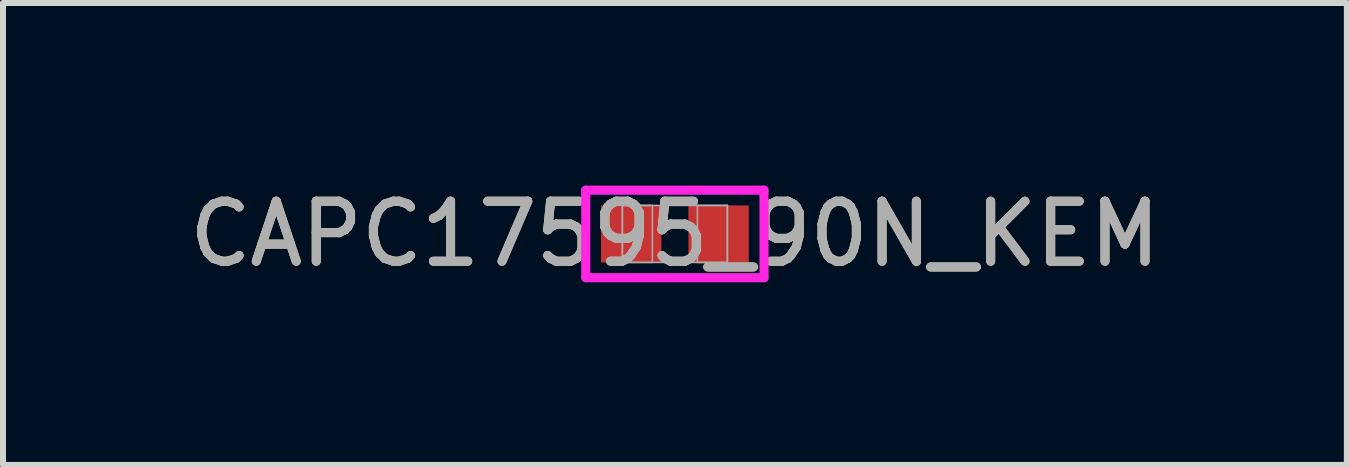
<source format=kicad_pcb>
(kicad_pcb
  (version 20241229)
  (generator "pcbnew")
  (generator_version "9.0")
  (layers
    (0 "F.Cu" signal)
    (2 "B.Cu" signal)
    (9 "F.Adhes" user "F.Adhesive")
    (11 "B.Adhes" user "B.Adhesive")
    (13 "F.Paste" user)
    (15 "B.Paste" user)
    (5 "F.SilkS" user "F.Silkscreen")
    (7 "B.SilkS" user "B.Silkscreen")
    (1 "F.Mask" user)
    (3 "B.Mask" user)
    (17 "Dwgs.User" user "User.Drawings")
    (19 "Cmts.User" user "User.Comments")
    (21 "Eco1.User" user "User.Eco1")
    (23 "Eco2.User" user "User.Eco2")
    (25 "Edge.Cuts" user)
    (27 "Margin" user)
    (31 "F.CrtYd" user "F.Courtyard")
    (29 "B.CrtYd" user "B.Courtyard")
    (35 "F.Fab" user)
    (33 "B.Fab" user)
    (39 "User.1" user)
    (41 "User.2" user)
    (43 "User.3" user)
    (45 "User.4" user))
  (footprint "CAPC17595_90N_KEM"
    (layer "F.Cu")
    (at 8.196 0.848)
    (property "Reference" "CAPC17595_90N_KEM" (at 0 0 0) (unlocked yes) (layer "F.SilkS") (effects (font (size 1 1) (thickness 0.15))))
    (attr smd)
    (fp_line (start -1.485 -0.729) (end 1.485 -0.729) (stroke (width 0.152) (type solid)) (layer "F.CrtYd"))
    (fp_line (start -1.485 0.729) (end -1.485 -0.729) (stroke (width 0.152) (type solid)) (layer "F.CrtYd"))
    (fp_line (start 1.485 -0.729) (end 1.485 0.729) (stroke (width 0.152) (type solid)) (layer "F.CrtYd"))
    (fp_line (start 1.485 0.729) (end -1.485 0.729) (stroke (width 0.152) (type solid)) (layer "F.CrtYd"))
    (fp_line (start -0.875 -0.475) (end -0.875 0.475) (stroke (width 0.025) (type solid)) (layer "F.Fab"))
    (fp_line (start -0.875 -0.475) (end -0.875 0.475) (stroke (width 0.025) (type solid)) (layer "F.Fab"))
    (fp_line (start -0.875 0.475) (end -0.375 0.475) (stroke (width 0.025) (type solid)) (layer "F.Fab"))
    (fp_line (start -0.875 0.475) (end 0.875 0.475) (stroke (width 0.025) (type solid)) (layer "F.Fab"))
    (fp_line (start -0.375 -0.475) (end -0.875 -0.475) (stroke (width 0.025) (type solid)) (layer "F.Fab"))
    (fp_line (start -0.375 0.475) (end -0.375 -0.475) (stroke (width 0.025) (type solid)) (layer "F.Fab"))
    (fp_line (start 0.375 -0.475) (end 0.375 0.475) (stroke (width 0.025) (type solid)) (layer "F.Fab"))
    (fp_line (start 0.375 0.475) (end 0.875 0.475) (stroke (width 0.025) (type solid)) (layer "F.Fab"))
    (fp_line (start 0.875 -0.475) (end -0.875 -0.475) (stroke (width 0.025) (type solid)) (layer "F.Fab"))
    (fp_line (start 0.875 -0.475) (end 0.375 -0.475) (stroke (width 0.025) (type solid)) (layer "F.Fab"))
    (fp_line (start 0.875 0.475) (end 0.875 -0.475) (stroke (width 0.025) (type solid)) (layer "F.Fab"))
    (fp_line (start 0.875 0.475) (end 0.875 -0.475) (stroke (width 0.025) (type solid)) (layer "F.Fab"))
    (fp_text user "${REFERENCE}" (at 0 0 0) (unlocked yes) (layer "F.Fab") (effects (font (size 1 1) (thickness 0.15))))
    (pad "1" smd rect (at -0.728 0) (size 1.006 0.95) (layers "F.Cu" "F.Mask" "F.Paste"))
    (pad "2" smd rect (at 0.728 0) (size 1.006 0.95) (layers "F.Cu" "F.Mask" "F.Paste"))
    (zone (net_name "") (layer "F.Cu") (hatch full 0.508) (connect_pads) (min_thickness 0.254) (filled_areas_thickness no) (keepout (tracks not_allowed) (vias not_allowed) (pads allowed) (copperpour not_allowed) (footprints allowed)) (placement (enabled no)) (fill) (polygon (pts (xy 8.022 0.424) (xy 8.371 0.424) (xy 8.371 1.272) (xy 8.022 1.272)))))
  (gr_rect
    (start -3 -3)
    (end 19.393 4.697)
    (stroke (width 0.1) (type default))
    (fill no)
    (layer "Edge.Cuts")))
</source>
